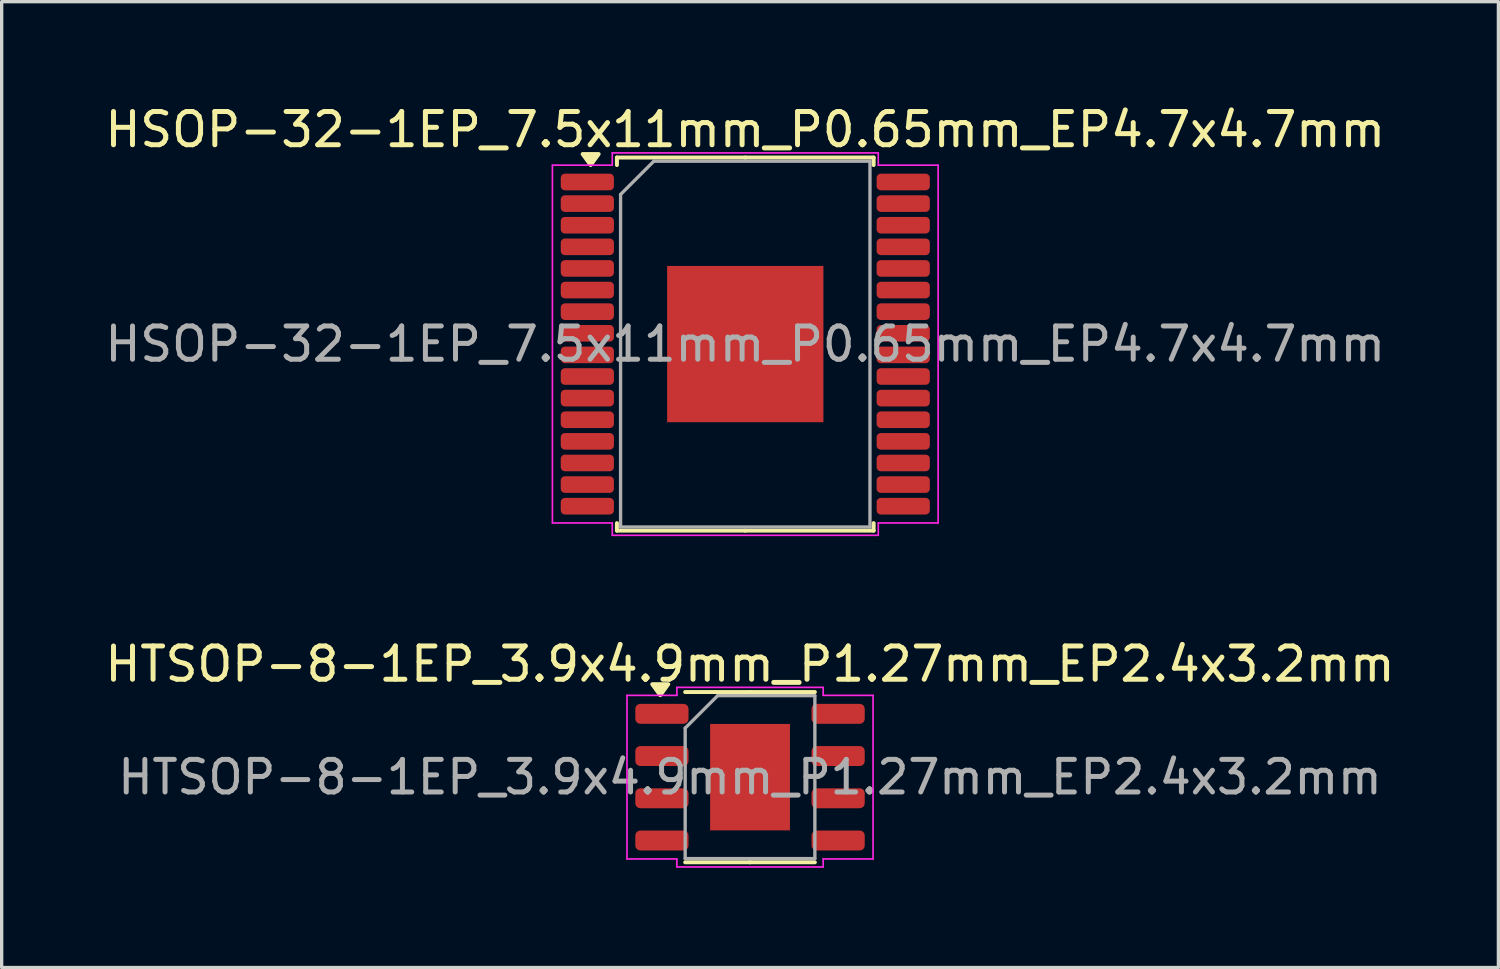
<source format=kicad_pcb>
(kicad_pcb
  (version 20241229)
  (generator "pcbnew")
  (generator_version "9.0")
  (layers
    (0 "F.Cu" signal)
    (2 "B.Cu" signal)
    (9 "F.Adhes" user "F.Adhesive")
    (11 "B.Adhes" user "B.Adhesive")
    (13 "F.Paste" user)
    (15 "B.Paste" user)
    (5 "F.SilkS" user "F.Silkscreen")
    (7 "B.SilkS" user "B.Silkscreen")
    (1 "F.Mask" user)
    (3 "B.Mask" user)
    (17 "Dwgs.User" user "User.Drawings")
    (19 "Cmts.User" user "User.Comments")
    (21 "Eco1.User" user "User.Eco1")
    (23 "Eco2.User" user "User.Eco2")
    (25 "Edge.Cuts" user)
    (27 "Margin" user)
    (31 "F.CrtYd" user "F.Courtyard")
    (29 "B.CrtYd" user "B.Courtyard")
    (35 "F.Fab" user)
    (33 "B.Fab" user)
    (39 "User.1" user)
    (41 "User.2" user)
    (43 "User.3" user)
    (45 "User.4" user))
  (footprint "HTSOP-8-1EP_3.9x4.9mm_P1.27mm_EP2.4x3.2mm"
    (layer "F.Cu")
    (at 19.506 20.322)
    (property "Reference" "HTSOP-8-1EP_3.9x4.9mm_P1.27mm_EP2.4x3.2mm" (at 0 -3.4 0) (layer "F.SilkS") (effects (font (size 1 1) (thickness 0.15))))
    (attr smd)
    (fp_line (start 0 -2.56) (end -1.95 -2.56) (stroke (width 0.12) (type solid)) (layer "F.SilkS"))
    (fp_line (start 0 -2.56) (end 1.95 -2.56) (stroke (width 0.12) (type solid)) (layer "F.SilkS"))
    (fp_line (start 0 2.56) (end -1.95 2.56) (stroke (width 0.12) (type solid)) (layer "F.SilkS"))
    (fp_line (start 0 2.56) (end 1.95 2.56) (stroke (width 0.12) (type solid)) (layer "F.SilkS"))
    (fp_poly (pts (xy -2.7 -2.465) (xy -2.94 -2.795) (xy -2.46 -2.795)) (stroke (width 0.12) (type solid)) (fill yes) (layer "F.SilkS"))
    (fp_line (start -3.7 -2.46) (end -2.2 -2.46) (stroke (width 0.05) (type solid)) (layer "F.CrtYd"))
    (fp_line (start -3.7 2.46) (end -3.7 -2.46) (stroke (width 0.05) (type solid)) (layer "F.CrtYd"))
    (fp_line (start -2.2 -2.7) (end 2.2 -2.7) (stroke (width 0.05) (type solid)) (layer "F.CrtYd"))
    (fp_line (start -2.2 -2.46) (end -2.2 -2.7) (stroke (width 0.05) (type solid)) (layer "F.CrtYd"))
    (fp_line (start -2.2 2.46) (end -3.7 2.46) (stroke (width 0.05) (type solid)) (layer "F.CrtYd"))
    (fp_line (start -2.2 2.7) (end -2.2 2.46) (stroke (width 0.05) (type solid)) (layer "F.CrtYd"))
    (fp_line (start 2.2 -2.7) (end 2.2 -2.46) (stroke (width 0.05) (type solid)) (layer "F.CrtYd"))
    (fp_line (start 2.2 -2.46) (end 3.7 -2.46) (stroke (width 0.05) (type solid)) (layer "F.CrtYd"))
    (fp_line (start 2.2 2.46) (end 2.2 2.7) (stroke (width 0.05) (type solid)) (layer "F.CrtYd"))
    (fp_line (start 2.2 2.7) (end -2.2 2.7) (stroke (width 0.05) (type solid)) (layer "F.CrtYd"))
    (fp_line (start 3.7 -2.46) (end 3.7 2.46) (stroke (width 0.05) (type solid)) (layer "F.CrtYd"))
    (fp_line (start 3.7 2.46) (end 2.2 2.46) (stroke (width 0.05) (type solid)) (layer "F.CrtYd"))
    (fp_line (start -1.95 -1.475) (end -0.975 -2.45) (stroke (width 0.1) (type solid)) (layer "F.Fab"))
    (fp_line (start -1.95 2.45) (end -1.95 -1.475) (stroke (width 0.1) (type solid)) (layer "F.Fab"))
    (fp_line (start -0.975 -2.45) (end 1.95 -2.45) (stroke (width 0.1) (type solid)) (layer "F.Fab"))
    (fp_line (start 1.95 -2.45) (end 1.95 2.45) (stroke (width 0.1) (type solid)) (layer "F.Fab"))
    (fp_line (start 1.95 2.45) (end -1.95 2.45) (stroke (width 0.1) (type solid)) (layer "F.Fab"))
    (fp_text user "${REFERENCE}" (at 0 0 0) (layer "F.Fab") (effects (font (size 0.98 0.98) (thickness 0.15))))
    (pad "" smd roundrect (at -0.6 -0.8) (size 0.97 1.29) (layers "F.Paste") (roundrect_rratio 0.25))
    (pad "" smd roundrect (at -0.6 0.8) (size 0.97 1.29) (layers "F.Paste") (roundrect_rratio 0.25))
    (pad "" smd roundrect (at 0.6 -0.8) (size 0.97 1.29) (layers "F.Paste") (roundrect_rratio 0.25))
    (pad "" smd roundrect (at 0.6 0.8) (size 0.97 1.29) (layers "F.Paste") (roundrect_rratio 0.25))
    (pad "1" smd roundrect (at -2.65 -1.905) (size 1.6 0.6) (layers "F.Cu" "F.Mask" "F.Paste") (roundrect_rratio 0.25))
    (pad "2" smd roundrect (at -2.65 -0.635) (size 1.6 0.6) (layers "F.Cu" "F.Mask" "F.Paste") (roundrect_rratio 0.25))
    (pad "3" smd roundrect (at -2.65 0.635) (size 1.6 0.6) (layers "F.Cu" "F.Mask" "F.Paste") (roundrect_rratio 0.25))
    (pad "4" smd roundrect (at -2.65 1.905) (size 1.6 0.6) (layers "F.Cu" "F.Mask" "F.Paste") (roundrect_rratio 0.25))
    (pad "5" smd roundrect (at 2.65 1.905) (size 1.6 0.6) (layers "F.Cu" "F.Mask" "F.Paste") (roundrect_rratio 0.25))
    (pad "6" smd roundrect (at 2.65 0.635) (size 1.6 0.6) (layers "F.Cu" "F.Mask" "F.Paste") (roundrect_rratio 0.25))
    (pad "7" smd roundrect (at 2.65 -0.635) (size 1.6 0.6) (layers "F.Cu" "F.Mask" "F.Paste") (roundrect_rratio 0.25))
    (pad "8" smd roundrect (at 2.65 -1.905) (size 1.6 0.6) (layers "F.Cu" "F.Mask" "F.Paste") (roundrect_rratio 0.25))
    (pad "9" smd rect (at 0 0) (size 2.4 3.2) (property pad_prop_heatsink) (layers "F.Cu" "F.Mask")))
  (footprint "HSOP-32-1EP_7.5x11mm_P0.65mm_EP4.7x4.7mm"
    (layer "F.Cu")
    (at 19.363 7.298)
    (property "Reference" "HSOP-32-1EP_7.5x11mm_P0.65mm_EP4.7x4.7mm" (at 0 -6.45 0) (layer "F.SilkS") (effects (font (size 1 1) (thickness 0.15))))
    (attr smd)
    (fp_line (start -3.86 -5.61) (end -3.86 -5.385) (stroke (width 0.12) (type solid)) (layer "F.SilkS"))
    (fp_line (start -3.86 5.61) (end -3.86 5.385) (stroke (width 0.12) (type solid)) (layer "F.SilkS"))
    (fp_line (start 0 -5.61) (end -3.86 -5.61) (stroke (width 0.12) (type solid)) (layer "F.SilkS"))
    (fp_line (start 0 -5.61) (end 3.86 -5.61) (stroke (width 0.12) (type solid)) (layer "F.SilkS"))
    (fp_line (start 0 5.61) (end -3.86 5.61) (stroke (width 0.12) (type solid)) (layer "F.SilkS"))
    (fp_line (start 0 5.61) (end 3.86 5.61) (stroke (width 0.12) (type solid)) (layer "F.SilkS"))
    (fp_line (start 3.86 -5.61) (end 3.86 -5.385) (stroke (width 0.12) (type solid)) (layer "F.SilkS"))
    (fp_line (start 3.86 5.61) (end 3.86 5.385) (stroke (width 0.12) (type solid)) (layer "F.SilkS"))
    (fp_poly (pts (xy -4.65 -5.385) (xy -4.89 -5.715) (xy -4.41 -5.715)) (stroke (width 0.12) (type solid)) (fill yes) (layer "F.SilkS"))
    (fp_line (start -5.8 -5.38) (end -4 -5.38) (stroke (width 0.05) (type solid)) (layer "F.CrtYd"))
    (fp_line (start -5.8 5.38) (end -5.8 -5.38) (stroke (width 0.05) (type solid)) (layer "F.CrtYd"))
    (fp_line (start -4 -5.75) (end 4 -5.75) (stroke (width 0.05) (type solid)) (layer "F.CrtYd"))
    (fp_line (start -4 -5.38) (end -4 -5.75) (stroke (width 0.05) (type solid)) (layer "F.CrtYd"))
    (fp_line (start -4 5.38) (end -5.8 5.38) (stroke (width 0.05) (type solid)) (layer "F.CrtYd"))
    (fp_line (start -4 5.75) (end -4 5.38) (stroke (width 0.05) (type solid)) (layer "F.CrtYd"))
    (fp_line (start 4 -5.75) (end 4 -5.38) (stroke (width 0.05) (type solid)) (layer "F.CrtYd"))
    (fp_line (start 4 -5.38) (end 5.8 -5.38) (stroke (width 0.05) (type solid)) (layer "F.CrtYd"))
    (fp_line (start 4 5.38) (end 4 5.75) (stroke (width 0.05) (type solid)) (layer "F.CrtYd"))
    (fp_line (start 4 5.75) (end -4 5.75) (stroke (width 0.05) (type solid)) (layer "F.CrtYd"))
    (fp_line (start 5.8 -5.38) (end 5.8 5.38) (stroke (width 0.05) (type solid)) (layer "F.CrtYd"))
    (fp_line (start 5.8 5.38) (end 4 5.38) (stroke (width 0.05) (type solid)) (layer "F.CrtYd"))
    (fp_line (start -3.75 -4.5) (end -2.75 -5.5) (stroke (width 0.1) (type solid)) (layer "F.Fab"))
    (fp_line (start -3.75 5.5) (end -3.75 -4.5) (stroke (width 0.1) (type solid)) (layer "F.Fab"))
    (fp_line (start -2.75 -5.5) (end 3.75 -5.5) (stroke (width 0.1) (type solid)) (layer "F.Fab"))
    (fp_line (start 3.75 -5.5) (end 3.75 5.5) (stroke (width 0.1) (type solid)) (layer "F.Fab"))
    (fp_line (start 3.75 5.5) (end -3.75 5.5) (stroke (width 0.1) (type solid)) (layer "F.Fab"))
    (fp_text user "${REFERENCE}" (at 0 0 0) (layer "F.Fab") (effects (font (size 1 1) (thickness 0.15))))
    (pad "" smd roundrect (at -1.175 -1.175) (size 1.89 1.89) (layers "F.Paste") (roundrect_rratio 0.132))
    (pad "" smd roundrect (at -1.175 1.175) (size 1.89 1.89) (layers "F.Paste") (roundrect_rratio 0.132))
    (pad "" smd roundrect (at 1.175 -1.175) (size 1.89 1.89) (layers "F.Paste") (roundrect_rratio 0.132))
    (pad "" smd roundrect (at 1.175 1.175) (size 1.89 1.89) (layers "F.Paste") (roundrect_rratio 0.132))
    (pad "1" smd roundrect (at -4.75 -4.875) (size 1.6 0.5) (layers "F.Cu" "F.Mask" "F.Paste") (roundrect_rratio 0.25))
    (pad "2" smd roundrect (at -4.75 -4.225) (size 1.6 0.5) (layers "F.Cu" "F.Mask" "F.Paste") (roundrect_rratio 0.25))
    (pad "3" smd roundrect (at -4.75 -3.575) (size 1.6 0.5) (layers "F.Cu" "F.Mask" "F.Paste") (roundrect_rratio 0.25))
    (pad "4" smd roundrect (at -4.75 -2.925) (size 1.6 0.5) (layers "F.Cu" "F.Mask" "F.Paste") (roundrect_rratio 0.25))
    (pad "5" smd roundrect (at -4.75 -2.275) (size 1.6 0.5) (layers "F.Cu" "F.Mask" "F.Paste") (roundrect_rratio 0.25))
    (pad "6" smd roundrect (at -4.75 -1.625) (size 1.6 0.5) (layers "F.Cu" "F.Mask" "F.Paste") (roundrect_rratio 0.25))
    (pad "7" smd roundrect (at -4.75 -0.975) (size 1.6 0.5) (layers "F.Cu" "F.Mask" "F.Paste") (roundrect_rratio 0.25))
    (pad "8" smd roundrect (at -4.75 -0.325) (size 1.6 0.5) (layers "F.Cu" "F.Mask" "F.Paste") (roundrect_rratio 0.25))
    (pad "9" smd roundrect (at -4.75 0.325) (size 1.6 0.5) (layers "F.Cu" "F.Mask" "F.Paste") (roundrect_rratio 0.25))
    (pad "10" smd roundrect (at -4.75 0.975) (size 1.6 0.5) (layers "F.Cu" "F.Mask" "F.Paste") (roundrect_rratio 0.25))
    (pad "11" smd roundrect (at -4.75 1.625) (size 1.6 0.5) (layers "F.Cu" "F.Mask" "F.Paste") (roundrect_rratio 0.25))
    (pad "12" smd roundrect (at -4.75 2.275) (size 1.6 0.5) (layers "F.Cu" "F.Mask" "F.Paste") (roundrect_rratio 0.25))
    (pad "13" smd roundrect (at -4.75 2.925) (size 1.6 0.5) (layers "F.Cu" "F.Mask" "F.Paste") (roundrect_rratio 0.25))
    (pad "14" smd roundrect (at -4.75 3.575) (size 1.6 0.5) (layers "F.Cu" "F.Mask" "F.Paste") (roundrect_rratio 0.25))
    (pad "15" smd roundrect (at -4.75 4.225) (size 1.6 0.5) (layers "F.Cu" "F.Mask" "F.Paste") (roundrect_rratio 0.25))
    (pad "16" smd roundrect (at -4.75 4.875) (size 1.6 0.5) (layers "F.Cu" "F.Mask" "F.Paste") (roundrect_rratio 0.25))
    (pad "17" smd roundrect (at 4.75 4.875) (size 1.6 0.5) (layers "F.Cu" "F.Mask" "F.Paste") (roundrect_rratio 0.25))
    (pad "18" smd roundrect (at 4.75 4.225) (size 1.6 0.5) (layers "F.Cu" "F.Mask" "F.Paste") (roundrect_rratio 0.25))
    (pad "19" smd roundrect (at 4.75 3.575) (size 1.6 0.5) (layers "F.Cu" "F.Mask" "F.Paste") (roundrect_rratio 0.25))
    (pad "20" smd roundrect (at 4.75 2.925) (size 1.6 0.5) (layers "F.Cu" "F.Mask" "F.Paste") (roundrect_rratio 0.25))
    (pad "21" smd roundrect (at 4.75 2.275) (size 1.6 0.5) (layers "F.Cu" "F.Mask" "F.Paste") (roundrect_rratio 0.25))
    (pad "22" smd roundrect (at 4.75 1.625) (size 1.6 0.5) (layers "F.Cu" "F.Mask" "F.Paste") (roundrect_rratio 0.25))
    (pad "23" smd roundrect (at 4.75 0.975) (size 1.6 0.5) (layers "F.Cu" "F.Mask" "F.Paste") (roundrect_rratio 0.25))
    (pad "24" smd roundrect (at 4.75 0.325) (size 1.6 0.5) (layers "F.Cu" "F.Mask" "F.Paste") (roundrect_rratio 0.25))
    (pad "25" smd roundrect (at 4.75 -0.325) (size 1.6 0.5) (layers "F.Cu" "F.Mask" "F.Paste") (roundrect_rratio 0.25))
    (pad "26" smd roundrect (at 4.75 -0.975) (size 1.6 0.5) (layers "F.Cu" "F.Mask" "F.Paste") (roundrect_rratio 0.25))
    (pad "27" smd roundrect (at 4.75 -1.625) (size 1.6 0.5) (layers "F.Cu" "F.Mask" "F.Paste") (roundrect_rratio 0.25))
    (pad "28" smd roundrect (at 4.75 -2.275) (size 1.6 0.5) (layers "F.Cu" "F.Mask" "F.Paste") (roundrect_rratio 0.25))
    (pad "29" smd roundrect (at 4.75 -2.925) (size 1.6 0.5) (layers "F.Cu" "F.Mask" "F.Paste") (roundrect_rratio 0.25))
    (pad "30" smd roundrect (at 4.75 -3.575) (size 1.6 0.5) (layers "F.Cu" "F.Mask" "F.Paste") (roundrect_rratio 0.25))
    (pad "31" smd roundrect (at 4.75 -4.225) (size 1.6 0.5) (layers "F.Cu" "F.Mask" "F.Paste") (roundrect_rratio 0.25))
    (pad "32" smd roundrect (at 4.75 -4.875) (size 1.6 0.5) (layers "F.Cu" "F.Mask" "F.Paste") (roundrect_rratio 0.25))
    (pad "33" smd rect (at 0 0) (size 4.7 4.7) (property pad_prop_heatsink) (layers "F.Cu" "F.Mask")))
  (gr_rect
    (start -3 -3)
    (end 42.012 26.047)
    (stroke (width 0.1) (type default))
    (fill no)
    (layer "Edge.Cuts")))
</source>
